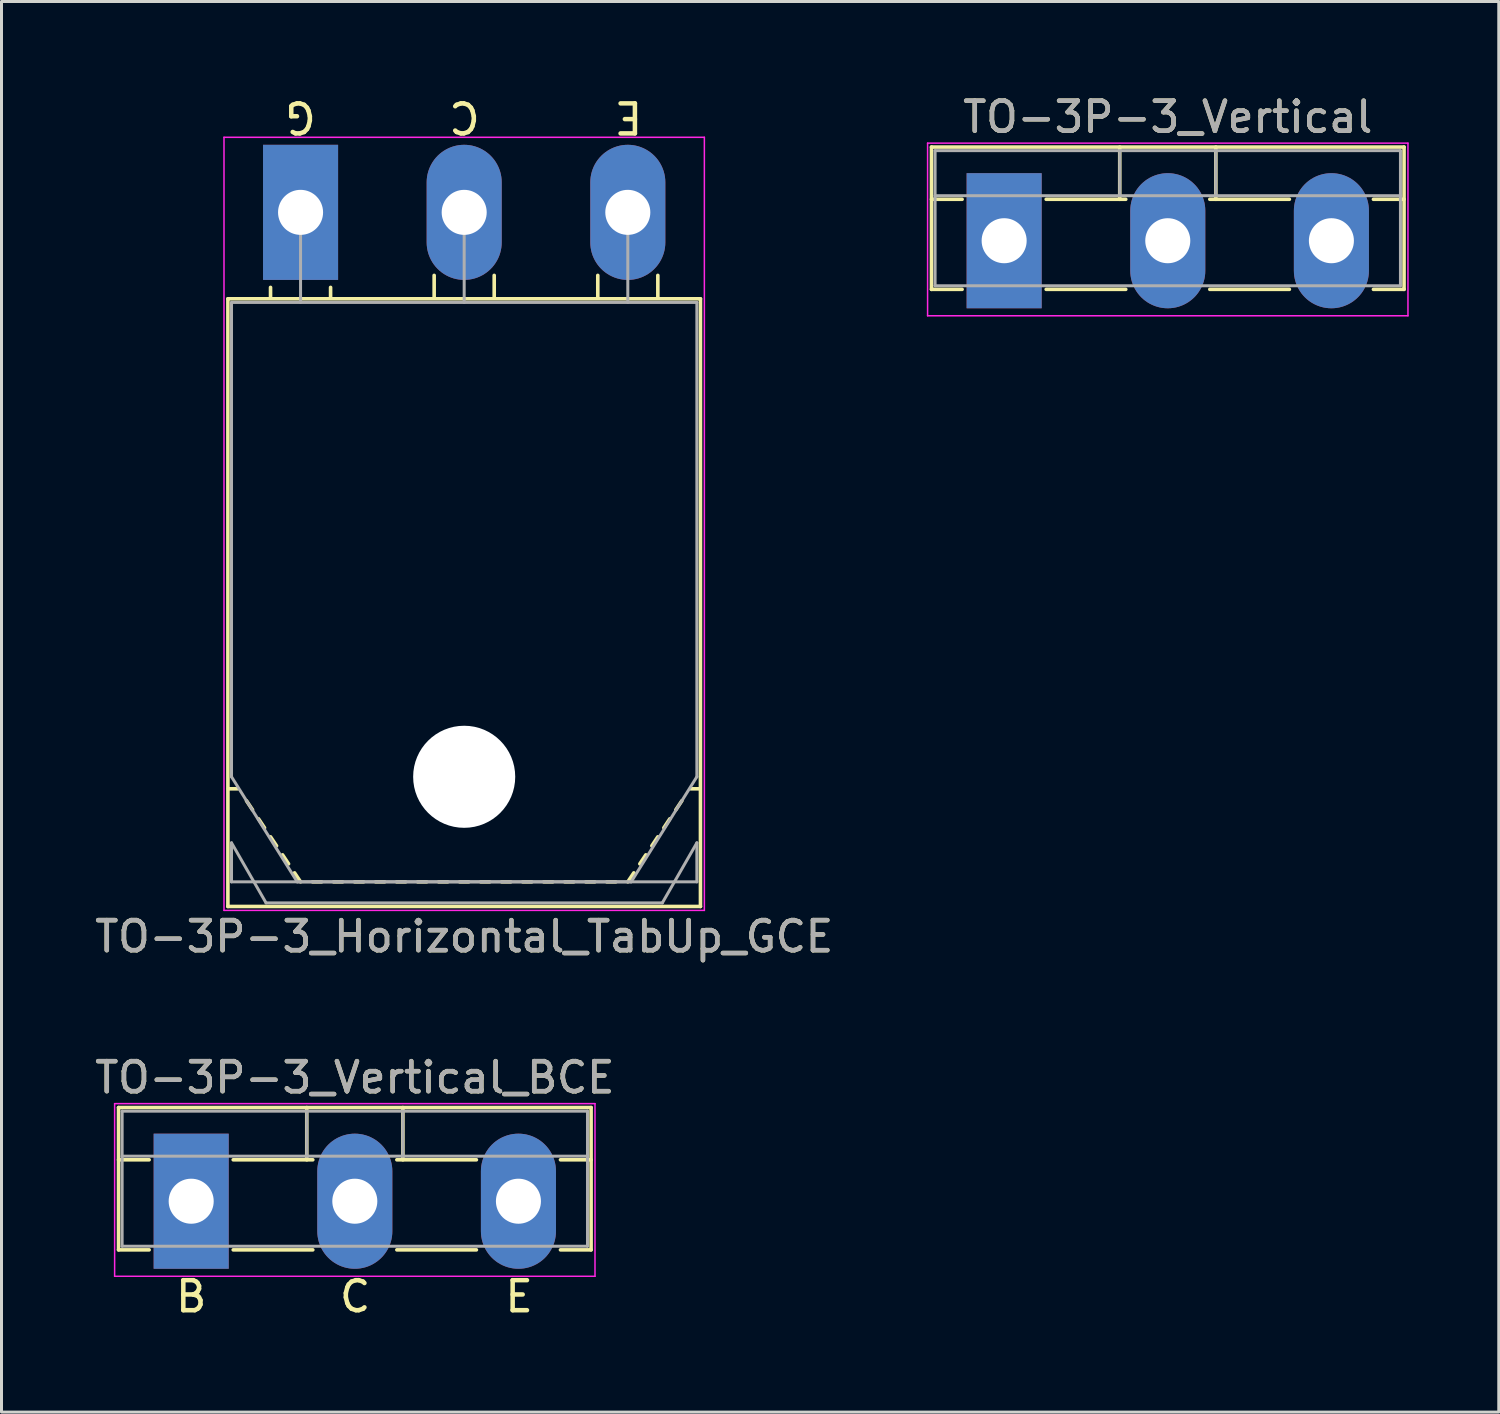
<source format=kicad_pcb>
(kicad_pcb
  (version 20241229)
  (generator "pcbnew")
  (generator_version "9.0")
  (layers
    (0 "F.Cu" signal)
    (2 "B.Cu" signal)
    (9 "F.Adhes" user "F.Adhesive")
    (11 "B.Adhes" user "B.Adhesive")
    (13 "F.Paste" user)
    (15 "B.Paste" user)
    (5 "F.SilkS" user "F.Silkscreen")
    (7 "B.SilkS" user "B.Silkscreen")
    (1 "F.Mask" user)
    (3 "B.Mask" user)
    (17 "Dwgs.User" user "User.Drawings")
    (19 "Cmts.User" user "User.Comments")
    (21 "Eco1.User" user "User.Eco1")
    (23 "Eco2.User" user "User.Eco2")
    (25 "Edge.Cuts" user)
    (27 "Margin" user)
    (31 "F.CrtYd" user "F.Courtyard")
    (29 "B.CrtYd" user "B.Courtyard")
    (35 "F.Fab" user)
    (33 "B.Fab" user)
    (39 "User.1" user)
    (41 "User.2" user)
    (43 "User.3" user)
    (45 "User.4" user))
  (footprint "TO-3P-3_Vertical"
    (layer "F.Cu")
    (at 30.396 4.968)
    (property "Reference" "TO-3P-3_Vertical" (at 5.45 -4.12 0) (layer "F.SilkS") (effects (font (size 1 1) (thickness 0.15))))
    (attr through_hole)
    (fp_line (start -2.42 -3.12) (end -2.42 1.62) (stroke (width 0.12) (type solid)) (layer "F.SilkS"))
    (fp_line (start -2.42 -3.12) (end 13.32 -3.12) (stroke (width 0.12) (type solid)) (layer "F.SilkS"))
    (fp_line (start -2.42 -1.38) (end -1.4 -1.38) (stroke (width 0.12) (type solid)) (layer "F.SilkS"))
    (fp_line (start -2.42 1.62) (end -1.4 1.62) (stroke (width 0.12) (type solid)) (layer "F.SilkS"))
    (fp_line (start 1.4 -1.38) (end 4.051 -1.38) (stroke (width 0.12) (type solid)) (layer "F.SilkS"))
    (fp_line (start 1.4 1.62) (end 4.051 1.62) (stroke (width 0.12) (type solid)) (layer "F.SilkS"))
    (fp_line (start 3.85 -3.12) (end 3.85 -1.38) (stroke (width 0.12) (type solid)) (layer "F.SilkS"))
    (fp_line (start 6.85 -1.38) (end 9.5 -1.38) (stroke (width 0.12) (type solid)) (layer "F.SilkS"))
    (fp_line (start 6.85 1.62) (end 9.5 1.62) (stroke (width 0.12) (type solid)) (layer "F.SilkS"))
    (fp_line (start 7.051 -3.12) (end 7.051 -1.38) (stroke (width 0.12) (type solid)) (layer "F.SilkS"))
    (fp_line (start 12.3 -1.38) (end 13.32 -1.38) (stroke (width 0.12) (type solid)) (layer "F.SilkS"))
    (fp_line (start 12.3 1.62) (end 13.32 1.62) (stroke (width 0.12) (type solid)) (layer "F.SilkS"))
    (fp_line (start 13.32 -3.12) (end 13.32 1.62) (stroke (width 0.12) (type solid)) (layer "F.SilkS"))
    (fp_line (start -2.55 -3.25) (end -2.55 2.5) (stroke (width 0.05) (type solid)) (layer "F.CrtYd"))
    (fp_line (start -2.55 2.5) (end 13.45 2.5) (stroke (width 0.05) (type solid)) (layer "F.CrtYd"))
    (fp_line (start 13.45 -3.25) (end -2.55 -3.25) (stroke (width 0.05) (type solid)) (layer "F.CrtYd"))
    (fp_line (start 13.45 2.5) (end 13.45 -3.25) (stroke (width 0.05) (type solid)) (layer "F.CrtYd"))
    (fp_line (start -2.3 -3) (end -2.3 1.5) (stroke (width 0.1) (type solid)) (layer "F.Fab"))
    (fp_line (start -2.3 -1.5) (end 13.2 -1.5) (stroke (width 0.1) (type solid)) (layer "F.Fab"))
    (fp_line (start -2.3 1.5) (end 13.2 1.5) (stroke (width 0.1) (type solid)) (layer "F.Fab"))
    (fp_line (start 3.85 -3) (end 3.85 -1.5) (stroke (width 0.1) (type solid)) (layer "F.Fab"))
    (fp_line (start 7.05 -3) (end 7.05 -1.5) (stroke (width 0.1) (type solid)) (layer "F.Fab"))
    (fp_line (start 13.2 -3) (end -2.3 -3) (stroke (width 0.1) (type solid)) (layer "F.Fab"))
    (fp_line (start 13.2 1.5) (end 13.2 -3) (stroke (width 0.1) (type solid)) (layer "F.Fab"))
    (fp_text user "${REFERENCE}" (at 5.45 -4.12 0) (layer "F.Fab") (effects (font (size 1 1) (thickness 0.15))))
    (pad "1" thru_hole rect (at 0 0) (size 2.5 4.5) (drill 1.5) (layers "*.Cu" "*.Mask"))
    (pad "2" thru_hole oval (at 5.45 0) (size 2.5 4.5) (drill 1.5) (layers "*.Cu" "*.Mask"))
    (pad "3" thru_hole oval (at 10.9 0) (size 2.5 4.5) (drill 1.5) (layers "*.Cu" "*.Mask")))
  (footprint "TO-3P-3_Vertical_BCE"
    (layer "F.Cu")
    (at 3.318 36.96)
    (property "Reference" "TO-3P-3_Vertical_BCE" (at 5.45 -4.12 0) (layer "F.SilkS") (effects (font (size 1 1) (thickness 0.15))))
    (fp_line (start -2.42 -3.12) (end -2.42 1.62) (stroke (width 0.12) (type solid)) (layer "F.SilkS"))
    (fp_line (start -2.42 -3.12) (end 13.32 -3.12) (stroke (width 0.12) (type solid)) (layer "F.SilkS"))
    (fp_line (start -2.42 -1.38) (end -1.4 -1.38) (stroke (width 0.12) (type solid)) (layer "F.SilkS"))
    (fp_line (start -2.42 1.62) (end -1.4 1.62) (stroke (width 0.12) (type solid)) (layer "F.SilkS"))
    (fp_line (start 1.4 -1.38) (end 4.051 -1.38) (stroke (width 0.12) (type solid)) (layer "F.SilkS"))
    (fp_line (start 1.4 1.62) (end 4.051 1.62) (stroke (width 0.12) (type solid)) (layer "F.SilkS"))
    (fp_line (start 3.85 -3.12) (end 3.85 -1.38) (stroke (width 0.12) (type solid)) (layer "F.SilkS"))
    (fp_line (start 6.85 -1.38) (end 9.5 -1.38) (stroke (width 0.12) (type solid)) (layer "F.SilkS"))
    (fp_line (start 6.85 1.62) (end 9.5 1.62) (stroke (width 0.12) (type solid)) (layer "F.SilkS"))
    (fp_line (start 7.051 -3.12) (end 7.051 -1.38) (stroke (width 0.12) (type solid)) (layer "F.SilkS"))
    (fp_line (start 12.3 -1.38) (end 13.32 -1.38) (stroke (width 0.12) (type solid)) (layer "F.SilkS"))
    (fp_line (start 12.3 1.62) (end 13.32 1.62) (stroke (width 0.12) (type solid)) (layer "F.SilkS"))
    (fp_line (start 13.32 -3.12) (end 13.32 1.62) (stroke (width 0.12) (type solid)) (layer "F.SilkS"))
    (fp_line (start -2.55 -3.25) (end -2.55 2.5) (stroke (width 0.05) (type solid)) (layer "F.CrtYd"))
    (fp_line (start -2.55 2.5) (end 13.45 2.5) (stroke (width 0.05) (type solid)) (layer "F.CrtYd"))
    (fp_line (start 13.45 -3.25) (end -2.55 -3.25) (stroke (width 0.05) (type solid)) (layer "F.CrtYd"))
    (fp_line (start 13.45 2.5) (end 13.45 -3.25) (stroke (width 0.05) (type solid)) (layer "F.CrtYd"))
    (fp_line (start -2.3 -3) (end -2.3 1.5) (stroke (width 0.1) (type solid)) (layer "F.Fab"))
    (fp_line (start -2.3 -1.5) (end 13.2 -1.5) (stroke (width 0.1) (type solid)) (layer "F.Fab"))
    (fp_line (start -2.3 1.5) (end 13.2 1.5) (stroke (width 0.1) (type solid)) (layer "F.Fab"))
    (fp_line (start 3.85 -3) (end 3.85 -1.5) (stroke (width 0.1) (type solid)) (layer "F.Fab"))
    (fp_line (start 7.05 -3) (end 7.05 -1.5) (stroke (width 0.1) (type solid)) (layer "F.Fab"))
    (fp_line (start 13.2 -3) (end -2.3 -3) (stroke (width 0.1) (type solid)) (layer "F.Fab"))
    (fp_line (start 13.2 1.5) (end 13.2 -3) (stroke (width 0.1) (type solid)) (layer "F.Fab"))
    (fp_text user "C" (at 5.461 3.175 0) (unlocked yes) (layer "F.SilkS") (effects (font (size 1 1) (thickness 0.15))))
    (fp_text user "E" (at 10.922 3.175 0) (unlocked yes) (layer "F.SilkS") (effects (font (size 1 1) (thickness 0.15))))
    (fp_text user "B" (at 0 3.175 0) (unlocked yes) (layer "F.SilkS") (effects (font (size 1 1) (thickness 0.15))))
    (fp_text user "${REFERENCE}" (at 5.45 -4.12 0) (layer "F.Fab") (effects (font (size 1 1) (thickness 0.15))))
    (pad "1" thru_hole rect (at 0 0) (size 2.5 4.5) (drill 1.5) (layers "*.Cu" "*.Mask"))
    (pad "2" thru_hole oval (at 5.45 0) (size 2.5 4.5) (drill 1.5) (layers "*.Cu" "*.Mask"))
    (pad "3" thru_hole oval (at 10.9 0) (size 2.5 4.5) (drill 1.5) (layers "*.Cu" "*.Mask")))
  (footprint "TO-3P-3_Horizontal_TabUp_GCE"
    (layer "F.Cu")
    (at 6.961 4.023)
    (property "Reference" "TO-3P-3_Horizontal_TabUp_GCE" (at 5.45 24.12 0) (layer "F.SilkS") (effects (font (size 1 1) (thickness 0.15))))
    (fp_line (start -2.42 23.12) (end -2.42 2.88) (stroke (width 0.12) (type solid)) (layer "F.SilkS"))
    (fp_line (start -2.1 19.2) (end -2.4 19.2) (stroke (width 0.12) (type solid)) (layer "F.SilkS"))
    (fp_line (start -1.8 19.6) (end -1.6 19.9) (stroke (width 0.12) (type solid)) (layer "F.SilkS"))
    (fp_line (start -1.4 20.2) (end -1.2 20.5) (stroke (width 0.12) (type solid)) (layer "F.SilkS"))
    (fp_line (start -1 2.85) (end -1 2.5) (stroke (width 0.12) (type solid)) (layer "F.SilkS"))
    (fp_line (start -1 20.8) (end -0.8 21.1) (stroke (width 0.12) (type solid)) (layer "F.SilkS"))
    (fp_line (start -0.6 21.4) (end -0.4 21.7) (stroke (width 0.12) (type solid)) (layer "F.SilkS"))
    (fp_line (start -0.2 22) (end 0 22.3) (stroke (width 0.12) (type solid)) (layer "F.SilkS"))
    (fp_line (start 0.7 22.3) (end 0.4 22.3) (stroke (width 0.12) (type solid)) (layer "F.SilkS"))
    (fp_line (start 1 2.85) (end 1 2.5) (stroke (width 0.12) (type solid)) (layer "F.SilkS"))
    (fp_line (start 1.4 22.3) (end 1.1 22.3) (stroke (width 0.12) (type solid)) (layer "F.SilkS"))
    (fp_line (start 2.1 22.3) (end 1.8 22.3) (stroke (width 0.12) (type solid)) (layer "F.SilkS"))
    (fp_line (start 2.8 22.3) (end 2.5 22.3) (stroke (width 0.12) (type solid)) (layer "F.SilkS"))
    (fp_line (start 3.5 22.3) (end 3.2 22.3) (stroke (width 0.12) (type solid)) (layer "F.SilkS"))
    (fp_line (start 4.2 22.3) (end 3.9 22.3) (stroke (width 0.12) (type solid)) (layer "F.SilkS"))
    (fp_line (start 4.45 2.85) (end 4.45 2.1) (stroke (width 0.12) (type solid)) (layer "F.SilkS"))
    (fp_line (start 4.9 22.3) (end 4.6 22.3) (stroke (width 0.12) (type solid)) (layer "F.SilkS"))
    (fp_line (start 5.6 22.3) (end 5.3 22.3) (stroke (width 0.12) (type solid)) (layer "F.SilkS"))
    (fp_line (start 6.3 22.3) (end 6 22.3) (stroke (width 0.12) (type solid)) (layer "F.SilkS"))
    (fp_line (start 6.45 2.85) (end 6.45 2.1) (stroke (width 0.12) (type solid)) (layer "F.SilkS"))
    (fp_line (start 7 22.3) (end 6.7 22.3) (stroke (width 0.12) (type solid)) (layer "F.SilkS"))
    (fp_line (start 7.7 22.3) (end 7.4 22.3) (stroke (width 0.12) (type solid)) (layer "F.SilkS"))
    (fp_line (start 8.4 22.3) (end 8.1 22.3) (stroke (width 0.12) (type solid)) (layer "F.SilkS"))
    (fp_line (start 9.1 22.3) (end 8.8 22.3) (stroke (width 0.12) (type solid)) (layer "F.SilkS"))
    (fp_line (start 9.8 22.3) (end 9.5 22.3) (stroke (width 0.12) (type solid)) (layer "F.SilkS"))
    (fp_line (start 9.9 2.85) (end 9.9 2.1) (stroke (width 0.12) (type solid)) (layer "F.SilkS"))
    (fp_line (start 10.5 22.3) (end 10.2 22.3) (stroke (width 0.12) (type solid)) (layer "F.SilkS"))
    (fp_line (start 11.1 22) (end 10.9 22.3) (stroke (width 0.12) (type solid)) (layer "F.SilkS"))
    (fp_line (start 11.5 21.4) (end 11.3 21.7) (stroke (width 0.12) (type solid)) (layer "F.SilkS"))
    (fp_line (start 11.9 2.85) (end 11.9 2.1) (stroke (width 0.12) (type solid)) (layer "F.SilkS"))
    (fp_line (start 11.9 20.8) (end 11.7 21.1) (stroke (width 0.12) (type solid)) (layer "F.SilkS"))
    (fp_line (start 12.3 20.2) (end 12.1 20.5) (stroke (width 0.12) (type solid)) (layer "F.SilkS"))
    (fp_line (start 12.7 19.6) (end 12.5 19.9) (stroke (width 0.12) (type solid)) (layer "F.SilkS"))
    (fp_line (start 13 19.2) (end 13.3 19.2) (stroke (width 0.12) (type solid)) (layer "F.SilkS"))
    (fp_line (start 13.32 2.88) (end -2.42 2.88) (stroke (width 0.12) (type solid)) (layer "F.SilkS"))
    (fp_line (start 13.32 23.12) (end -2.42 23.12) (stroke (width 0.12) (type solid)) (layer "F.SilkS"))
    (fp_line (start 13.32 23.12) (end 13.32 2.88) (stroke (width 0.12) (type solid)) (layer "F.SilkS"))
    (fp_line (start -2.55 -2.5) (end -2.55 23.25) (stroke (width 0.05) (type solid)) (layer "F.CrtYd"))
    (fp_line (start -2.55 23.25) (end 13.45 23.25) (stroke (width 0.05) (type solid)) (layer "F.CrtYd"))
    (fp_line (start 13.45 -2.5) (end -2.55 -2.5) (stroke (width 0.05) (type solid)) (layer "F.CrtYd"))
    (fp_line (start 13.45 23.25) (end 13.45 -2.5) (stroke (width 0.05) (type solid)) (layer "F.CrtYd"))
    (fp_line (start -2.3 3) (end -2.3 18.8) (stroke (width 0.1) (type solid)) (layer "F.Fab"))
    (fp_line (start -2.3 18.8) (end -0.11 22.3) (stroke (width 0.1) (type solid)) (layer "F.Fab"))
    (fp_line (start -2.3 21) (end -1.15 23) (stroke (width 0.1) (type solid)) (layer "F.Fab"))
    (fp_line (start -2.3 22.3) (end -2.3 21) (stroke (width 0.1) (type solid)) (layer "F.Fab"))
    (fp_line (start -1.15 23) (end 12.05 23) (stroke (width 0.1) (type solid)) (layer "F.Fab"))
    (fp_line (start -0.11 22.3) (end 11.01 22.3) (stroke (width 0.1) (type solid)) (layer "F.Fab"))
    (fp_line (start 0 3) (end 0 0) (stroke (width 0.1) (type solid)) (layer "F.Fab"))
    (fp_line (start 5.45 3) (end 5.45 0) (stroke (width 0.1) (type solid)) (layer "F.Fab"))
    (fp_line (start 10.9 3) (end 10.9 0) (stroke (width 0.1) (type solid)) (layer "F.Fab"))
    (fp_line (start 11.01 22.3) (end 13.2 18.8) (stroke (width 0.1) (type solid)) (layer "F.Fab"))
    (fp_line (start 12.05 23) (end 13.2 21) (stroke (width 0.1) (type solid)) (layer "F.Fab"))
    (fp_line (start 13.2 3) (end -2.3 3) (stroke (width 0.1) (type solid)) (layer "F.Fab"))
    (fp_line (start 13.2 18.8) (end 13.2 3) (stroke (width 0.1) (type solid)) (layer "F.Fab"))
    (fp_line (start 13.2 21) (end 13.2 22.3) (stroke (width 0.1) (type solid)) (layer "F.Fab"))
    (fp_line (start 13.2 22.3) (end -2.3 22.3) (stroke (width 0.1) (type solid)) (layer "F.Fab"))
    (fp_circle (center 5.45 18.8) (end 7.05 18.8) (stroke (width 0.1) (type solid)) (fill no) (layer "F.Fab"))
    (fp_text user "G" (at 0 -3.175 180) (unlocked yes) (layer "F.SilkS") (effects (font (size 1 1) (thickness 0.15))))
    (fp_text user "C" (at 5.461 -3.175 180) (unlocked yes) (layer "F.SilkS") (effects (font (size 1 1) (thickness 0.15))))
    (fp_text user "E" (at 10.922 -3.175 180) (unlocked yes) (layer "F.SilkS") (effects (font (size 1 1) (thickness 0.15))))
    (fp_text user "${REFERENCE}" (at 5.45 24.12 0) (layer "F.Fab") (effects (font (size 1 1) (thickness 0.15))))
    (pad "" np_thru_hole oval (at 5.45 18.8) (size 3.4 3.4) (drill 3.4) (layers "*.Cu" "*.Mask"))
    (pad "1" thru_hole rect (at 0 0) (size 2.5 4.5) (drill 1.5) (layers "*.Cu" "*.Mask"))
    (pad "2" thru_hole oval (at 5.45 0) (size 2.5 4.5) (drill 1.5) (layers "*.Cu" "*.Mask"))
    (pad "3" thru_hole oval (at 10.9 0) (size 2.5 4.5) (drill 1.5) (layers "*.Cu" "*.Mask")))
  (gr_rect
    (start -3 -3)
    (end 46.871 43.983)
    (stroke (width 0.1) (type default))
    (fill no)
    (layer "Edge.Cuts")))
</source>
